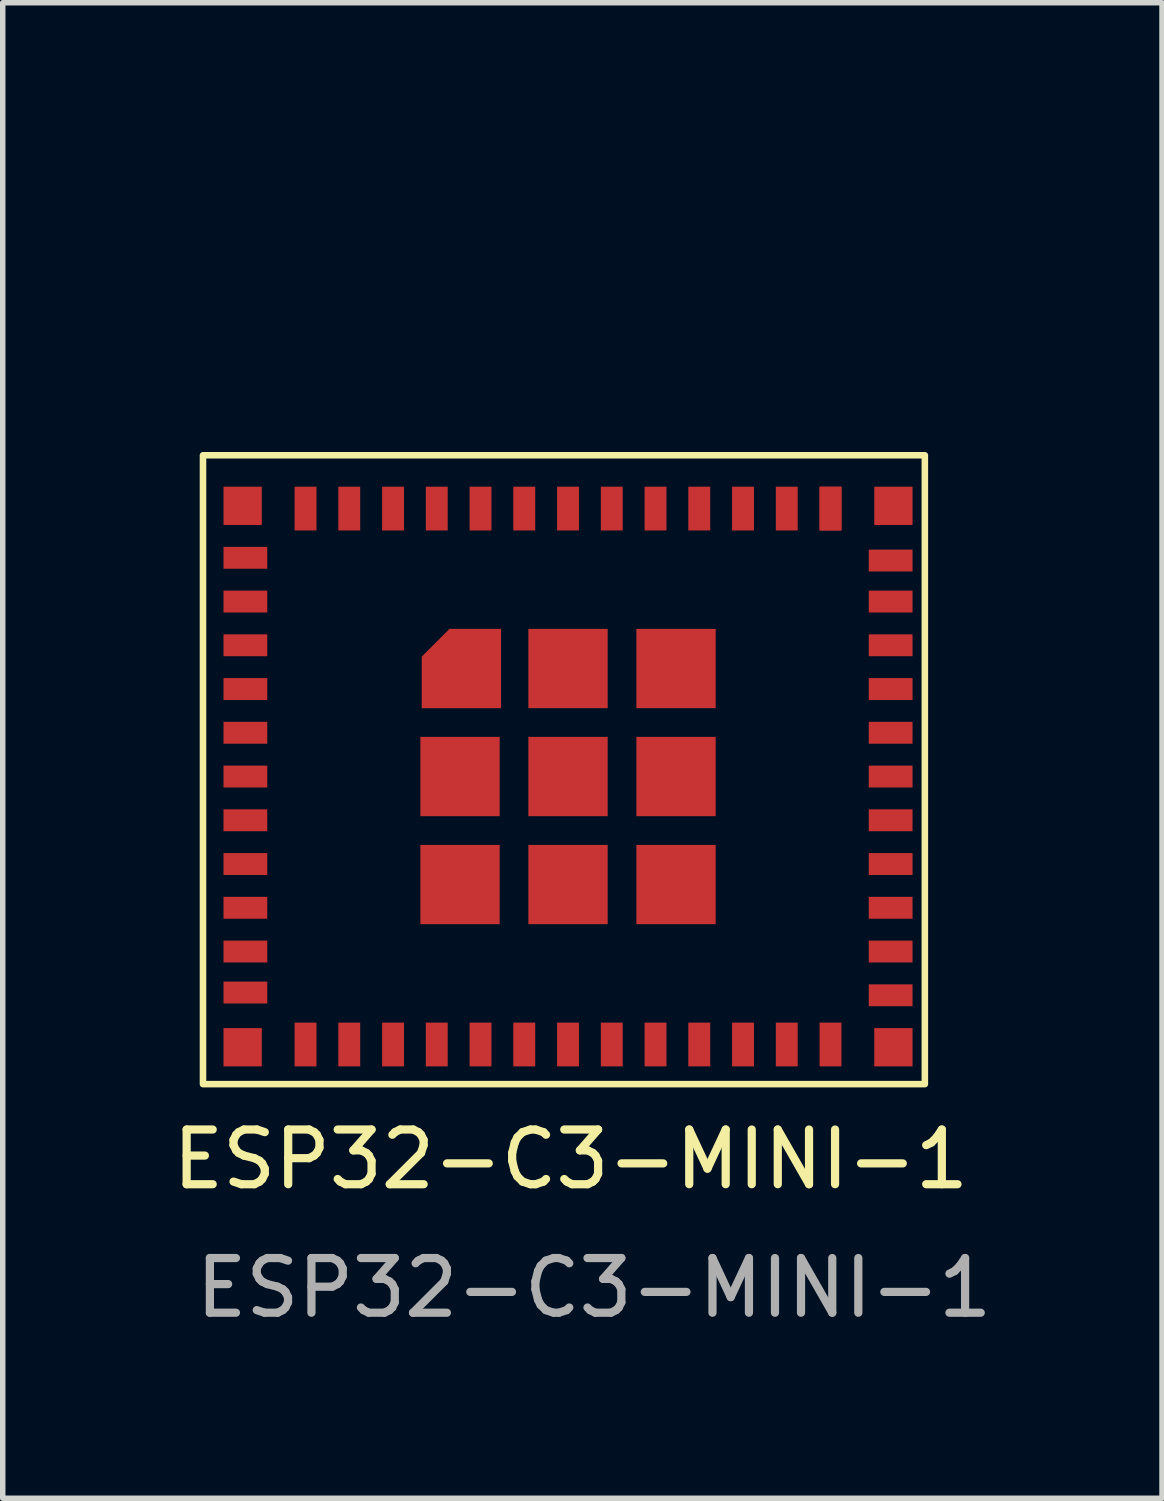
<source format=kicad_pcb>
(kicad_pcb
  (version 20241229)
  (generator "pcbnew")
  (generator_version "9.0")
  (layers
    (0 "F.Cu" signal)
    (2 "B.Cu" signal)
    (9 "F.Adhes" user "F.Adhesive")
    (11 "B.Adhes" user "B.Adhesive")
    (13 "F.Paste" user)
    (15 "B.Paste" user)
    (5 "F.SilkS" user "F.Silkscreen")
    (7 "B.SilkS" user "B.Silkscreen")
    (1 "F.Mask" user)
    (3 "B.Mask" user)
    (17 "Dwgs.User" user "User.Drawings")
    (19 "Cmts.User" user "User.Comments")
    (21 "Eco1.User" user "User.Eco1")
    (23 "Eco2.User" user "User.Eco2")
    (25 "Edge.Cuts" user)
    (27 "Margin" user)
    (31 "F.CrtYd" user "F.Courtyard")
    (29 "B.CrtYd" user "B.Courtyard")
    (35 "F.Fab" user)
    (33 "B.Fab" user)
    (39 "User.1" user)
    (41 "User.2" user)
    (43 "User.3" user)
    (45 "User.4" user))
  (footprint "ESP32-C3-MINI-1"
    (layer "F.Cu")
    (at 7.337 11.15)
    (property "Reference" "ESP32-C3-MINI-1" (at 0.05 7 0) (unlocked yes) (layer "F.SilkS") (effects (font (size 1 1) (thickness 0.15))))
    (fp_rect (start -6.675 5.625) (end 6.525 -5.875) (stroke (width 0.12) (type solid)) (fill no) (layer "F.SilkS"))
    (fp_text user "${REFERENCE}" (at 0.475 9.35 0) (unlocked yes) (layer "F.Fab") (effects (font (size 1 1) (thickness 0.15))))
    (pad "1" smd rect (at -5.9 -4 90) (size 0.4 0.8) (layers "F.Cu" "F.Mask" "F.Paste"))
    (pad "2" smd rect (at -5.9 -3.2 90) (size 0.4 0.8) (layers "F.Cu" "F.Mask" "F.Paste"))
    (pad "3" smd rect (at -5.9 -2.4 90) (size 0.4 0.8) (layers "F.Cu" "F.Mask" "F.Paste"))
    (pad "4" smd rect (at -5.9 -1.6 90) (size 0.4 0.8) (layers "F.Cu" "F.Mask" "F.Paste"))
    (pad "5" smd rect (at -5.9 -0.8 90) (size 0.4 0.8) (layers "F.Cu" "F.Mask" "F.Paste"))
    (pad "6" smd rect (at -5.9 0 90) (size 0.4 0.8) (layers "F.Cu" "F.Mask" "F.Paste"))
    (pad "7" smd rect (at -5.9 0.8 90) (size 0.4 0.8) (layers "F.Cu" "F.Mask" "F.Paste"))
    (pad "8" smd rect (at -5.9 1.6 90) (size 0.4 0.8) (layers "F.Cu" "F.Mask" "F.Paste"))
    (pad "9" smd rect (at -5.9 2.4 90) (size 0.4 0.8) (layers "F.Cu" "F.Mask" "F.Paste"))
    (pad "9" smd rect (at 0 1.975 180) (size 1.45 1.45) (layers "F.Cu" "F.Mask" "F.Paste"))
    (pad "10" smd rect (at -5.9 3.2 90) (size 0.4 0.8) (layers "F.Cu" "F.Mask" "F.Paste"))
    (pad "11" smd rect (at -5.9 3.95 90) (size 0.4 0.8) (layers "F.Cu" "F.Mask" "F.Paste"))
    (pad "12" smd rect (at -4.8 4.9 180) (size 0.4 0.8) (layers "F.Cu" "F.Mask" "F.Paste"))
    (pad "13" smd rect (at -4 4.9 180) (size 0.4 0.8) (layers "F.Cu" "F.Mask" "F.Paste"))
    (pad "14" smd rect (at -3.2 4.9 180) (size 0.4 0.8) (layers "F.Cu" "F.Mask" "F.Paste"))
    (pad "15" smd rect (at -2.4 4.9 180) (size 0.4 0.8) (layers "F.Cu" "F.Mask" "F.Paste"))
    (pad "16" smd rect (at -1.6 4.9 180) (size 0.4 0.8) (layers "F.Cu" "F.Mask" "F.Paste"))
    (pad "17" smd rect (at -0.8 4.9 180) (size 0.4 0.8) (layers "F.Cu" "F.Mask" "F.Paste"))
    (pad "18" smd rect (at 0 4.9 180) (size 0.4 0.8) (layers "F.Cu" "F.Mask" "F.Paste"))
    (pad "19" smd rect (at 0.8 4.9 180) (size 0.4 0.8) (layers "F.Cu" "F.Mask" "F.Paste"))
    (pad "20" smd rect (at 1.6 4.9 180) (size 0.4 0.8) (layers "F.Cu" "F.Mask" "F.Paste"))
    (pad "21" smd rect (at 2.4 4.9 180) (size 0.4 0.8) (layers "F.Cu" "F.Mask" "F.Paste"))
    (pad "22" smd rect (at 3.2 4.9 180) (size 0.4 0.8) (layers "F.Cu" "F.Mask" "F.Paste"))
    (pad "23" smd rect (at 4 4.9 180) (size 0.4 0.8) (layers "F.Cu" "F.Mask" "F.Paste"))
    (pad "24" smd rect (at 4.8 4.9 180) (size 0.4 0.8) (layers "F.Cu" "F.Mask" "F.Paste"))
    (pad "25" smd rect (at 5.9 4 270) (size 0.4 0.8) (layers "F.Cu" "F.Mask" "F.Paste"))
    (pad "26" smd rect (at 5.9 3.2 270) (size 0.4 0.8) (layers "F.Cu" "F.Mask" "F.Paste"))
    (pad "27" smd rect (at 5.9 2.4 270) (size 0.4 0.8) (layers "F.Cu" "F.Mask" "F.Paste"))
    (pad "28" smd rect (at 5.9 1.6 270) (size 0.4 0.8) (layers "F.Cu" "F.Mask" "F.Paste"))
    (pad "29" smd rect (at 5.9 0.8 270) (size 0.4 0.8) (layers "F.Cu" "F.Mask" "F.Paste"))
    (pad "30" smd rect (at 5.9 0 270) (size 0.4 0.8) (layers "F.Cu" "F.Mask" "F.Paste"))
    (pad "31" smd rect (at 5.9 -0.8 270) (size 0.4 0.8) (layers "F.Cu" "F.Mask" "F.Paste"))
    (pad "32" smd rect (at 5.9 -1.6 270) (size 0.4 0.8) (layers "F.Cu" "F.Mask" "F.Paste"))
    (pad "33" smd rect (at 5.9 -2.4 270) (size 0.4 0.8) (layers "F.Cu" "F.Mask" "F.Paste"))
    (pad "34" smd rect (at 5.9 -3.2 270) (size 0.4 0.8) (layers "F.Cu" "F.Mask" "F.Paste"))
    (pad "35" smd rect (at 5.9 -3.95 270) (size 0.4 0.8) (layers "F.Cu" "F.Mask" "F.Paste"))
    (pad "36" smd rect (at 4.8 -4.9) (size 0.4 0.8) (layers "F.Cu" "F.Mask" "F.Paste"))
    (pad "36" smd rect (at 4.8 -4.9) (size 0.4 0.8) (layers "F.Cu" "F.Mask" "F.Paste"))
    (pad "37" smd rect (at 4 -4.9) (size 0.4 0.8) (layers "F.Cu" "F.Mask" "F.Paste"))
    (pad "38" smd rect (at 3.2 -4.9) (size 0.4 0.8) (layers "F.Cu" "F.Mask" "F.Paste"))
    (pad "39" smd rect (at 2.4 -4.9) (size 0.4 0.8) (layers "F.Cu" "F.Mask" "F.Paste"))
    (pad "40" smd rect (at 1.6 -4.9) (size 0.4 0.8) (layers "F.Cu" "F.Mask" "F.Paste"))
    (pad "41" smd rect (at 0.8 -4.9) (size 0.4 0.8) (layers "F.Cu" "F.Mask" "F.Paste"))
    (pad "42" smd rect (at 0 -4.9) (size 0.4 0.8) (layers "F.Cu" "F.Mask" "F.Paste"))
    (pad "43" smd rect (at -0.8 -4.9) (size 0.4 0.8) (layers "F.Cu" "F.Mask" "F.Paste"))
    (pad "44" smd rect (at -1.6 -4.9) (size 0.4 0.8) (layers "F.Cu" "F.Mask" "F.Paste"))
    (pad "45" smd rect (at -2.4 -4.9) (size 0.4 0.8) (layers "F.Cu" "F.Mask" "F.Paste"))
    (pad "46" smd rect (at -3.2 -4.9) (size 0.4 0.8) (layers "F.Cu" "F.Mask" "F.Paste"))
    (pad "47" smd rect (at -4 -4.9) (size 0.4 0.8) (layers "F.Cu" "F.Mask" "F.Paste"))
    (pad "48" smd rect (at -4.8 -4.9) (size 0.4 0.8) (layers "F.Cu" "F.Mask" "F.Paste"))
    (pad "49" smd rect (at 0 0 180) (size 1.45 1.45) (layers "F.Cu" "F.Mask" "F.Paste"))
    (pad "50" smd rect (at 5.95 -4.95 180) (size 0.7 0.7) (layers "F.Cu" "F.Mask" "F.Paste"))
    (pad "51" smd rect (at 5.95 4.95) (size 0.7 0.7) (layers "F.Cu" "F.Mask" "F.Paste"))
    (pad "52" smd rect (at -5.95 4.95) (size 0.7 0.7) (layers "F.Cu" "F.Mask" "F.Paste"))
    (pad "53" smd rect (at -5.95 -4.95 180) (size 0.7 0.7) (layers "F.Cu" "F.Mask" "F.Paste"))
    (pad "54" smd roundrect (at -1.95 -1.975 180) (size 1.45 1.45) (layers "F.Cu" "F.Mask" "F.Paste") (roundrect_rratio 0) (chamfer_ratio 0.35) (chamfer bottom_right))
    (pad "55" smd rect (at 0 -1.975 180) (size 1.45 1.45) (layers "F.Cu" "F.Mask" "F.Paste"))
    (pad "56" smd rect (at 1.975 -1.975 180) (size 1.45 1.45) (layers "F.Cu" "F.Mask" "F.Paste"))
    (pad "57" smd rect (at -1.975 0 270) (size 1.45 1.45) (layers "F.Cu" "F.Mask" "F.Paste"))
    (pad "58" smd rect (at 1.975 0 180) (size 1.45 1.45) (layers "F.Cu" "F.Mask" "F.Paste"))
    (pad "59" smd rect (at -1.975 1.975 180) (size 1.45 1.45) (layers "F.Cu" "F.Mask" "F.Paste"))
    (pad "60" smd rect (at 1.975 1.975 180) (size 1.45 1.45) (layers "F.Cu" "F.Mask" "F.Paste"))
    (zone (net_name "") (layers "F.Cu" "B.Cu") (hatch edge 0.508) (connect_pads) (min_thickness 0.254) (filled_areas_thickness no) (keepout (tracks not_allowed) (vias not_allowed) (pads not_allowed) (copperpour not_allowed) (footprints allowed)) (placement (enabled no)) (fill) (polygon (pts (xy 13.912 5.225) (xy 0.612 5.225) (xy 0.612 0) (xy 13.912 0)))))
  (gr_rect
    (start -3 -3)
    (end 18.199 24.348)
    (stroke (width 0.1) (type default))
    (fill no)
    (layer "Edge.Cuts")))
</source>
